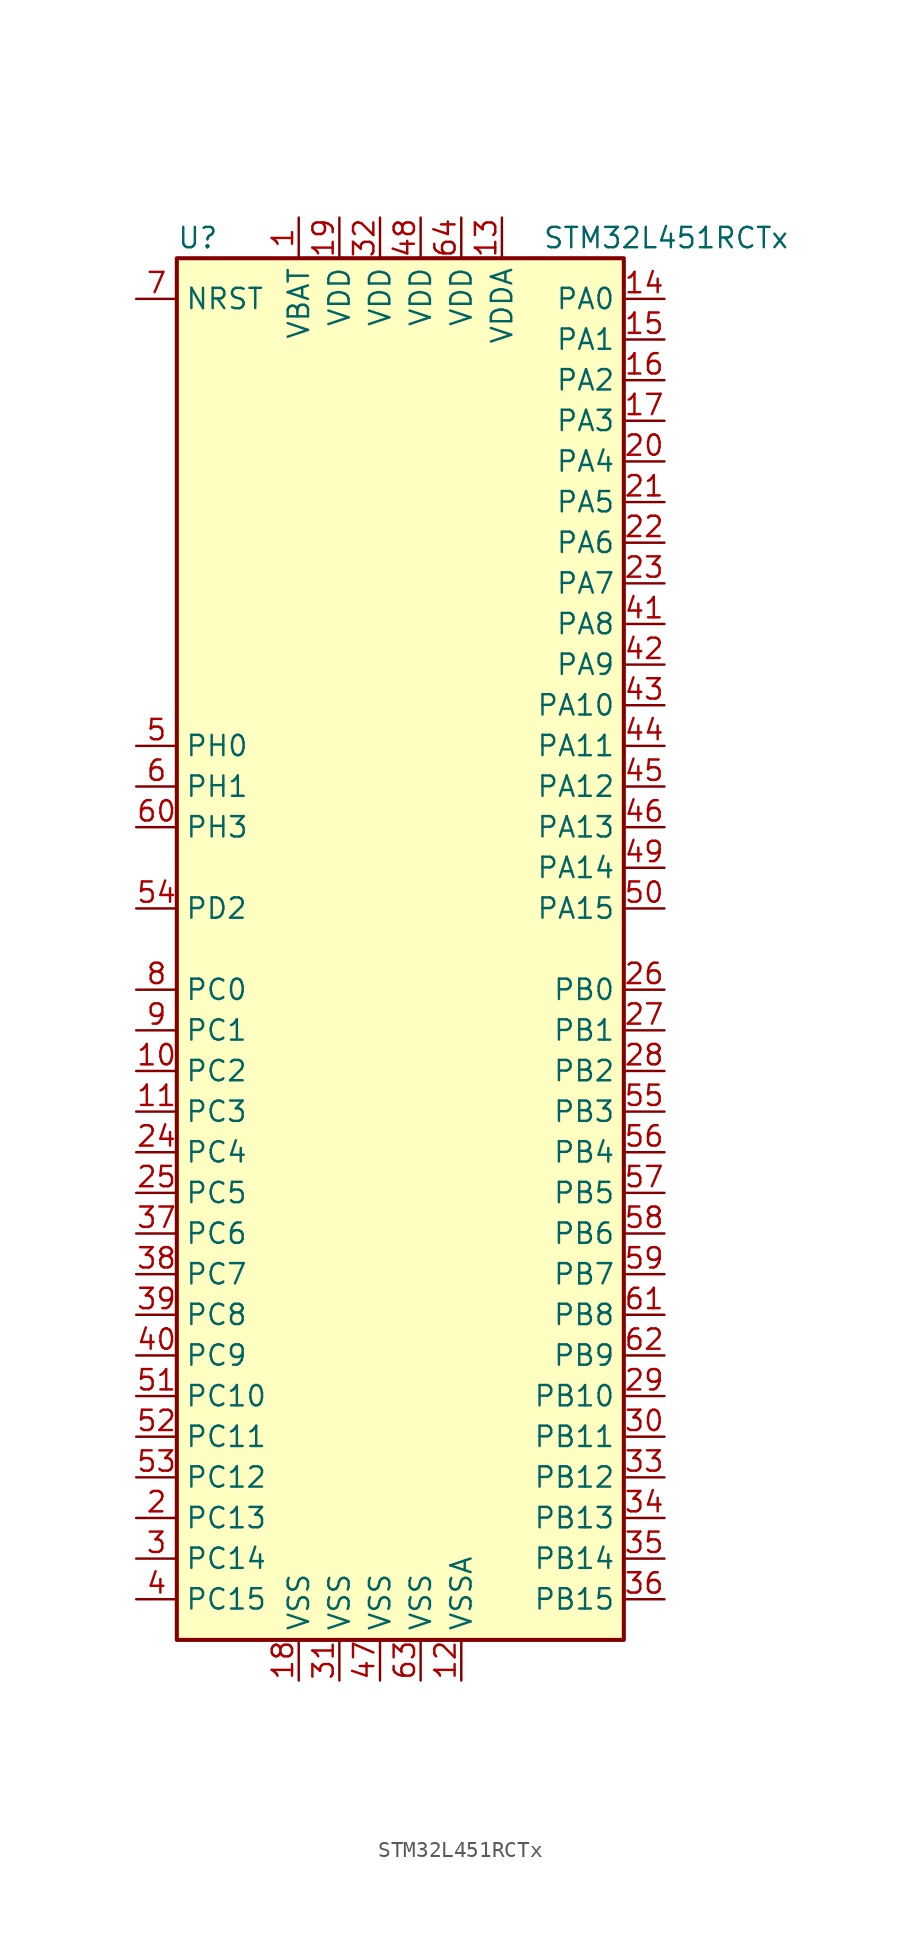
<source format=kicad_sym>
(kicad_symbol_lib
  (version 20201005)
  (generator kicad_symbol_editor)
  (symbol "STM32L451RCTx"
    (property "Reference" "U"
      (at -15.24 44.45 0)
      (effects (font (size 1.27 1.27)) (justify left)))
    (property "Value" "STM32L451RCTx"
      (at 7.62 44.45 0)
      (effects (font (size 1.27 1.27)) (justify left)))
    (symbol "STM32L451RCTx_0_1"
      (rectangle (start -15.24 -43.18) (end 12.7 43.18) (stroke (width 0.254)) (fill (type background))))
    (symbol "STM32L451RCTx_1_1"
      (pin power_in line (at -7.62 45.72 270) (length 2.54) (name "VBAT" (effects (font (size 1.27 1.27)))) (number "1" (effects (font (size 1.27 1.27)))))
      (pin bidirectional line (at -17.78 -7.62 0) (length 2.54) (name "PC2" (effects (font (size 1.27 1.27)))) (number "10" (effects (font (size 1.27 1.27)))))
      (pin bidirectional line (at -17.78 -10.16 0) (length 2.54) (name "PC3" (effects (font (size 1.27 1.27)))) (number "11" (effects (font (size 1.27 1.27)))))
      (pin power_in line (at 2.54 -45.72 90) (length 2.54) (name "VSSA" (effects (font (size 1.27 1.27)))) (number "12" (effects (font (size 1.27 1.27)))))
      (pin power_in line (at 5.08 45.72 270) (length 2.54) (name "VDDA" (effects (font (size 1.27 1.27)))) (number "13" (effects (font (size 1.27 1.27)))))
      (pin bidirectional line (at 15.24 40.64 180) (length 2.54) (name "PA0" (effects (font (size 1.27 1.27)))) (number "14" (effects (font (size 1.27 1.27)))))
      (pin bidirectional line (at 15.24 38.1 180) (length 2.54) (name "PA1" (effects (font (size 1.27 1.27)))) (number "15" (effects (font (size 1.27 1.27)))))
      (pin bidirectional line (at 15.24 35.56 180) (length 2.54) (name "PA2" (effects (font (size 1.27 1.27)))) (number "16" (effects (font (size 1.27 1.27)))))
      (pin bidirectional line (at 15.24 33.02 180) (length 2.54) (name "PA3" (effects (font (size 1.27 1.27)))) (number "17" (effects (font (size 1.27 1.27)))))
      (pin power_in line (at -7.62 -45.72 90) (length 2.54) (name "VSS" (effects (font (size 1.27 1.27)))) (number "18" (effects (font (size 1.27 1.27)))))
      (pin power_in line (at -5.08 45.72 270) (length 2.54) (name "VDD" (effects (font (size 1.27 1.27)))) (number "19" (effects (font (size 1.27 1.27)))))
      (pin bidirectional line (at -17.78 -35.56 0) (length 2.54) (name "PC13" (effects (font (size 1.27 1.27)))) (number "2" (effects (font (size 1.27 1.27)))))
      (pin bidirectional line (at 15.24 30.48 180) (length 2.54) (name "PA4" (effects (font (size 1.27 1.27)))) (number "20" (effects (font (size 1.27 1.27)))))
      (pin bidirectional line (at 15.24 27.94 180) (length 2.54) (name "PA5" (effects (font (size 1.27 1.27)))) (number "21" (effects (font (size 1.27 1.27)))))
      (pin bidirectional line (at 15.24 25.4 180) (length 2.54) (name "PA6" (effects (font (size 1.27 1.27)))) (number "22" (effects (font (size 1.27 1.27)))))
      (pin bidirectional line (at 15.24 22.86 180) (length 2.54) (name "PA7" (effects (font (size 1.27 1.27)))) (number "23" (effects (font (size 1.27 1.27)))))
      (pin bidirectional line (at -17.78 -12.7 0) (length 2.54) (name "PC4" (effects (font (size 1.27 1.27)))) (number "24" (effects (font (size 1.27 1.27)))))
      (pin bidirectional line (at -17.78 -15.24 0) (length 2.54) (name "PC5" (effects (font (size 1.27 1.27)))) (number "25" (effects (font (size 1.27 1.27)))))
      (pin bidirectional line (at 15.24 -2.54 180) (length 2.54) (name "PB0" (effects (font (size 1.27 1.27)))) (number "26" (effects (font (size 1.27 1.27)))))
      (pin bidirectional line (at 15.24 -5.08 180) (length 2.54) (name "PB1" (effects (font (size 1.27 1.27)))) (number "27" (effects (font (size 1.27 1.27)))))
      (pin bidirectional line (at 15.24 -7.62 180) (length 2.54) (name "PB2" (effects (font (size 1.27 1.27)))) (number "28" (effects (font (size 1.27 1.27)))))
      (pin bidirectional line (at 15.24 -27.94 180) (length 2.54) (name "PB10" (effects (font (size 1.27 1.27)))) (number "29" (effects (font (size 1.27 1.27)))))
      (pin bidirectional line (at -17.78 -38.1 0) (length 2.54) (name "PC14" (effects (font (size 1.27 1.27)))) (number "3" (effects (font (size 1.27 1.27)))))
      (pin bidirectional line (at 15.24 -30.48 180) (length 2.54) (name "PB11" (effects (font (size 1.27 1.27)))) (number "30" (effects (font (size 1.27 1.27)))))
      (pin power_in line (at -5.08 -45.72 90) (length 2.54) (name "VSS" (effects (font (size 1.27 1.27)))) (number "31" (effects (font (size 1.27 1.27)))))
      (pin power_in line (at -2.54 45.72 270) (length 2.54) (name "VDD" (effects (font (size 1.27 1.27)))) (number "32" (effects (font (size 1.27 1.27)))))
      (pin bidirectional line (at 15.24 -33.02 180) (length 2.54) (name "PB12" (effects (font (size 1.27 1.27)))) (number "33" (effects (font (size 1.27 1.27)))))
      (pin bidirectional line (at 15.24 -35.56 180) (length 2.54) (name "PB13" (effects (font (size 1.27 1.27)))) (number "34" (effects (font (size 1.27 1.27)))))
      (pin bidirectional line (at 15.24 -38.1 180) (length 2.54) (name "PB14" (effects (font (size 1.27 1.27)))) (number "35" (effects (font (size 1.27 1.27)))))
      (pin bidirectional line (at 15.24 -40.64 180) (length 2.54) (name "PB15" (effects (font (size 1.27 1.27)))) (number "36" (effects (font (size 1.27 1.27)))))
      (pin bidirectional line (at -17.78 -17.78 0) (length 2.54) (name "PC6" (effects (font (size 1.27 1.27)))) (number "37" (effects (font (size 1.27 1.27)))))
      (pin bidirectional line (at -17.78 -20.32 0) (length 2.54) (name "PC7" (effects (font (size 1.27 1.27)))) (number "38" (effects (font (size 1.27 1.27)))))
      (pin bidirectional line (at -17.78 -22.86 0) (length 2.54) (name "PC8" (effects (font (size 1.27 1.27)))) (number "39" (effects (font (size 1.27 1.27)))))
      (pin bidirectional line (at -17.78 -40.64 0) (length 2.54) (name "PC15" (effects (font (size 1.27 1.27)))) (number "4" (effects (font (size 1.27 1.27)))))
      (pin bidirectional line (at -17.78 -25.4 0) (length 2.54) (name "PC9" (effects (font (size 1.27 1.27)))) (number "40" (effects (font (size 1.27 1.27)))))
      (pin bidirectional line (at 15.24 20.32 180) (length 2.54) (name "PA8" (effects (font (size 1.27 1.27)))) (number "41" (effects (font (size 1.27 1.27)))))
      (pin bidirectional line (at 15.24 17.78 180) (length 2.54) (name "PA9" (effects (font (size 1.27 1.27)))) (number "42" (effects (font (size 1.27 1.27)))))
      (pin bidirectional line (at 15.24 15.24 180) (length 2.54) (name "PA10" (effects (font (size 1.27 1.27)))) (number "43" (effects (font (size 1.27 1.27)))))
      (pin bidirectional line (at 15.24 12.7 180) (length 2.54) (name "PA11" (effects (font (size 1.27 1.27)))) (number "44" (effects (font (size 1.27 1.27)))))
      (pin bidirectional line (at 15.24 10.16 180) (length 2.54) (name "PA12" (effects (font (size 1.27 1.27)))) (number "45" (effects (font (size 1.27 1.27)))))
      (pin bidirectional line (at 15.24 7.62 180) (length 2.54) (name "PA13" (effects (font (size 1.27 1.27)))) (number "46" (effects (font (size 1.27 1.27)))))
      (pin power_in line (at -2.54 -45.72 90) (length 2.54) (name "VSS" (effects (font (size 1.27 1.27)))) (number "47" (effects (font (size 1.27 1.27)))))
      (pin power_in line (at 0 45.72 270) (length 2.54) (name "VDD" (effects (font (size 1.27 1.27)))) (number "48" (effects (font (size 1.27 1.27)))))
      (pin bidirectional line (at 15.24 5.08 180) (length 2.54) (name "PA14" (effects (font (size 1.27 1.27)))) (number "49" (effects (font (size 1.27 1.27)))))
      (pin input line (at -17.78 12.7 0) (length 2.54) (name "PH0" (effects (font (size 1.27 1.27)))) (number "5" (effects (font (size 1.27 1.27)))))
      (pin bidirectional line (at 15.24 2.54 180) (length 2.54) (name "PA15" (effects (font (size 1.27 1.27)))) (number "50" (effects (font (size 1.27 1.27)))))
      (pin bidirectional line (at -17.78 -27.94 0) (length 2.54) (name "PC10" (effects (font (size 1.27 1.27)))) (number "51" (effects (font (size 1.27 1.27)))))
      (pin bidirectional line (at -17.78 -30.48 0) (length 2.54) (name "PC11" (effects (font (size 1.27 1.27)))) (number "52" (effects (font (size 1.27 1.27)))))
      (pin bidirectional line (at -17.78 -33.02 0) (length 2.54) (name "PC12" (effects (font (size 1.27 1.27)))) (number "53" (effects (font (size 1.27 1.27)))))
      (pin bidirectional line (at -17.78 2.54 0) (length 2.54) (name "PD2" (effects (font (size 1.27 1.27)))) (number "54" (effects (font (size 1.27 1.27)))))
      (pin bidirectional line (at 15.24 -10.16 180) (length 2.54) (name "PB3" (effects (font (size 1.27 1.27)))) (number "55" (effects (font (size 1.27 1.27)))))
      (pin bidirectional line (at 15.24 -12.7 180) (length 2.54) (name "PB4" (effects (font (size 1.27 1.27)))) (number "56" (effects (font (size 1.27 1.27)))))
      (pin bidirectional line (at 15.24 -15.24 180) (length 2.54) (name "PB5" (effects (font (size 1.27 1.27)))) (number "57" (effects (font (size 1.27 1.27)))))
      (pin bidirectional line (at 15.24 -17.78 180) (length 2.54) (name "PB6" (effects (font (size 1.27 1.27)))) (number "58" (effects (font (size 1.27 1.27)))))
      (pin bidirectional line (at 15.24 -20.32 180) (length 2.54) (name "PB7" (effects (font (size 1.27 1.27)))) (number "59" (effects (font (size 1.27 1.27)))))
      (pin input line (at -17.78 10.16 0) (length 2.54) (name "PH1" (effects (font (size 1.27 1.27)))) (number "6" (effects (font (size 1.27 1.27)))))
      (pin bidirectional line (at -17.78 7.62 0) (length 2.54) (name "PH3" (effects (font (size 1.27 1.27)))) (number "60" (effects (font (size 1.27 1.27)))))
      (pin bidirectional line (at 15.24 -22.86 180) (length 2.54) (name "PB8" (effects (font (size 1.27 1.27)))) (number "61" (effects (font (size 1.27 1.27)))))
      (pin bidirectional line (at 15.24 -25.4 180) (length 2.54) (name "PB9" (effects (font (size 1.27 1.27)))) (number "62" (effects (font (size 1.27 1.27)))))
      (pin power_in line (at 0 -45.72 90) (length 2.54) (name "VSS" (effects (font (size 1.27 1.27)))) (number "63" (effects (font (size 1.27 1.27)))))
      (pin power_in line (at 2.54 45.72 270) (length 2.54) (name "VDD" (effects (font (size 1.27 1.27)))) (number "64" (effects (font (size 1.27 1.27)))))
      (pin input line (at -17.78 40.64 0) (length 2.54) (name "NRST" (effects (font (size 1.27 1.27)))) (number "7" (effects (font (size 1.27 1.27)))))
      (pin bidirectional line (at -17.78 -2.54 0) (length 2.54) (name "PC0" (effects (font (size 1.27 1.27)))) (number "8" (effects (font (size 1.27 1.27)))))
      (pin bidirectional line (at -17.78 -5.08 0) (length 2.54) (name "PC1" (effects (font (size 1.27 1.27)))) (number "9" (effects (font (size 1.27 1.27))))))))
</source>
